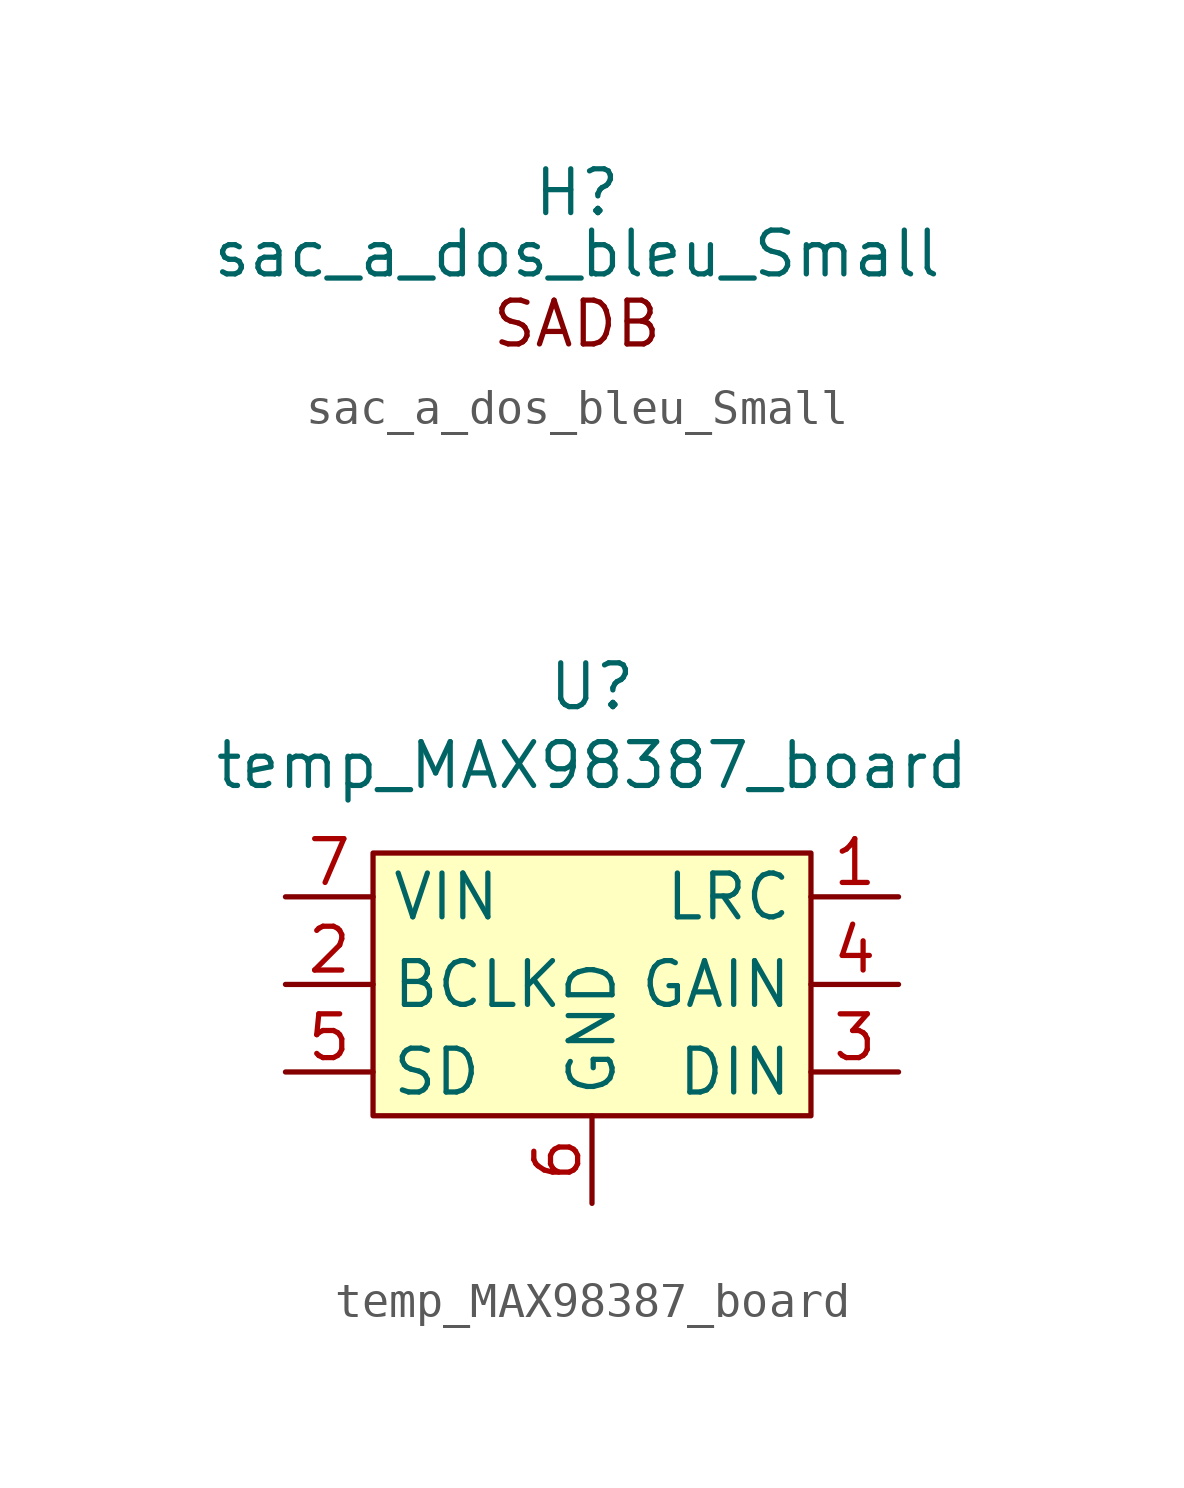
<source format=kicad_sym>
(kicad_symbol_lib
  (version 20241209)
  (generator "kicad_symbol_editor")
  (generator_version "9.0")
  (symbol "sac_a_dos_bleu_Small"
    (property "Reference" "H"
      (at 0 3.81 0)
      (effects (font (size 1.27 1.27))))
    (property "Value" "sac_a_dos_bleu_Small"
      (at 0 2.032 0)
      (effects (font (size 1.27 1.27))))
    (symbol "sac_a_dos_bleu_Small_1_1"
      (text "SADB" (at 0 0 0) (effects (font (size 1.27 1.27))))))
  (symbol "temp_MAX98387_board"
    (property "Reference" "U"
      (at 0 8.636 0)
      (effects (font (size 1.27 1.27))))
    (property "Value" "temp_MAX98387_board"
      (at 0 6.35 0)
      (effects (font (size 1.27 1.27))))
    (symbol "temp_MAX98387_board_1_1"
      (rectangle (start -6.35 3.81) (end 6.35 -3.81) (stroke (width 0) (type default)) (fill (type background)))
      (pin input line (at -8.89 2.54 0) (length 2.54) (name "VIN" (effects (font (size 1.27 1.27)))) (number "7" (effects (font (size 1.27 1.27)))))
      (pin input line (at -8.89 0 0) (length 2.54) (name "BCLK" (effects (font (size 1.27 1.27)))) (number "2" (effects (font (size 1.27 1.27)))))
      (pin input line (at -8.89 -2.54 0) (length 2.54) (name "SD" (effects (font (size 1.27 1.27)))) (number "5" (effects (font (size 1.27 1.27)))))
      (pin input line (at 0 -6.35 90) (length 2.54) (name "GND" (effects (font (size 1.27 1.27)))) (number "6" (effects (font (size 1.27 1.27)))))
      (pin input line (at 8.89 2.54 180) (length 2.54) (name "LRC" (effects (font (size 1.27 1.27)))) (number "1" (effects (font (size 1.27 1.27)))))
      (pin input line (at 8.89 0 180) (length 2.54) (name "GAIN" (effects (font (size 1.27 1.27)))) (number "4" (effects (font (size 1.27 1.27)))))
      (pin input line (at 8.89 -2.54 180) (length 2.54) (name "DIN" (effects (font (size 1.27 1.27)))) (number "3" (effects (font (size 1.27 1.27))))))))
</source>
